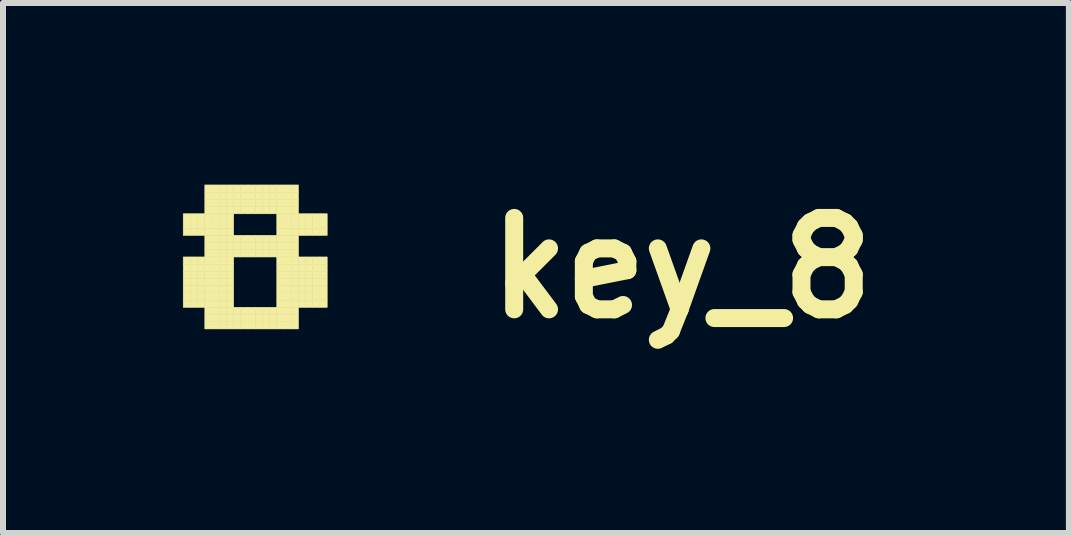
<source format=kicad_pcb>
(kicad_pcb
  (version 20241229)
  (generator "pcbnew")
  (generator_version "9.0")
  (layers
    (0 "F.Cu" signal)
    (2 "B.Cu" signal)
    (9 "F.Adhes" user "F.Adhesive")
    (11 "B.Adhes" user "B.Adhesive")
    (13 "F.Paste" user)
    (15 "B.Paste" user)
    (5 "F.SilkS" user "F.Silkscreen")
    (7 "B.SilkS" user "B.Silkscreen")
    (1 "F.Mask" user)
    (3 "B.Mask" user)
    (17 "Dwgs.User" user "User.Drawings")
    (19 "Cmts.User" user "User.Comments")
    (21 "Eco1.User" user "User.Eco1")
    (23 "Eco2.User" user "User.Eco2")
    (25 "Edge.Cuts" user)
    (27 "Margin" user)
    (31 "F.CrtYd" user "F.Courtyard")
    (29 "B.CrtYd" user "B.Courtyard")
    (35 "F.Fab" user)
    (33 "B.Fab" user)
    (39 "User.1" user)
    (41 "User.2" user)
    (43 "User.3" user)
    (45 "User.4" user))
  (footprint "key_8"
    (layer "F.Cu")
    (at 1.205 1.418)
    (property "Reference" "key_8" (at 7.112 0 0) (layer "F.SilkS") (effects (font (size 1.524 1.524) (thickness 0.3))))
    (attr through_hole)
    (fp_poly (pts (xy -1.2 -0.904) (xy -1.08 -0.904) (xy -1.08 -0.784) (xy -1.2 -0.784) (xy -1.2 -0.904)) (stroke (width 0.01) (type solid)) (fill yes) (layer "F.SilkS"))
    (fp_poly (pts (xy -1.2 -0.784) (xy -1.08 -0.784) (xy -1.08 -0.664) (xy -1.2 -0.664) (xy -1.2 -0.784)) (stroke (width 0.01) (type solid)) (fill yes) (layer "F.SilkS"))
    (fp_poly (pts (xy -1.2 -0.664) (xy -1.08 -0.664) (xy -1.08 -0.544) (xy -1.2 -0.544) (xy -1.2 -0.664)) (stroke (width 0.01) (type solid)) (fill yes) (layer "F.SilkS"))
    (fp_poly (pts (xy -1.2 -0.184) (xy -1.08 -0.184) (xy -1.08 -0.064) (xy -1.2 -0.064) (xy -1.2 -0.184)) (stroke (width 0.01) (type solid)) (fill yes) (layer "F.SilkS"))
    (fp_poly (pts (xy -1.2 -0.064) (xy -1.08 -0.064) (xy -1.08 0.056) (xy -1.2 0.056) (xy -1.2 -0.064)) (stroke (width 0.01) (type solid)) (fill yes) (layer "F.SilkS"))
    (fp_poly (pts (xy -1.2 0.056) (xy -1.08 0.056) (xy -1.08 0.176) (xy -1.2 0.176) (xy -1.2 0.056)) (stroke (width 0.01) (type solid)) (fill yes) (layer "F.SilkS"))
    (fp_poly (pts (xy -1.2 0.176) (xy -1.08 0.176) (xy -1.08 0.296) (xy -1.2 0.296) (xy -1.2 0.176)) (stroke (width 0.01) (type solid)) (fill yes) (layer "F.SilkS"))
    (fp_poly (pts (xy -1.2 0.296) (xy -1.08 0.296) (xy -1.08 0.416) (xy -1.2 0.416) (xy -1.2 0.296)) (stroke (width 0.01) (type solid)) (fill yes) (layer "F.SilkS"))
    (fp_poly (pts (xy -1.2 0.416) (xy -1.08 0.416) (xy -1.08 0.536) (xy -1.2 0.536) (xy -1.2 0.416)) (stroke (width 0.01) (type solid)) (fill yes) (layer "F.SilkS"))
    (fp_poly (pts (xy -1.2 0.536) (xy -1.08 0.536) (xy -1.08 0.656) (xy -1.2 0.656) (xy -1.2 0.536)) (stroke (width 0.01) (type solid)) (fill yes) (layer "F.SilkS"))
    (fp_poly (pts (xy -1.08 -0.904) (xy -0.96 -0.904) (xy -0.96 -0.784) (xy -1.08 -0.784) (xy -1.08 -0.904)) (stroke (width 0.01) (type solid)) (fill yes) (layer "F.SilkS"))
    (fp_poly (pts (xy -1.08 -0.784) (xy -0.96 -0.784) (xy -0.96 -0.664) (xy -1.08 -0.664) (xy -1.08 -0.784)) (stroke (width 0.01) (type solid)) (fill yes) (layer "F.SilkS"))
    (fp_poly (pts (xy -1.08 -0.664) (xy -0.96 -0.664) (xy -0.96 -0.544) (xy -1.08 -0.544) (xy -1.08 -0.664)) (stroke (width 0.01) (type solid)) (fill yes) (layer "F.SilkS"))
    (fp_poly (pts (xy -1.08 -0.184) (xy -0.96 -0.184) (xy -0.96 -0.064) (xy -1.08 -0.064) (xy -1.08 -0.184)) (stroke (width 0.01) (type solid)) (fill yes) (layer "F.SilkS"))
    (fp_poly (pts (xy -1.08 -0.064) (xy -0.96 -0.064) (xy -0.96 0.056) (xy -1.08 0.056) (xy -1.08 -0.064)) (stroke (width 0.01) (type solid)) (fill yes) (layer "F.SilkS"))
    (fp_poly (pts (xy -1.08 0.056) (xy -0.96 0.056) (xy -0.96 0.176) (xy -1.08 0.176) (xy -1.08 0.056)) (stroke (width 0.01) (type solid)) (fill yes) (layer "F.SilkS"))
    (fp_poly (pts (xy -1.08 0.176) (xy -0.96 0.176) (xy -0.96 0.296) (xy -1.08 0.296) (xy -1.08 0.176)) (stroke (width 0.01) (type solid)) (fill yes) (layer "F.SilkS"))
    (fp_poly (pts (xy -1.08 0.296) (xy -0.96 0.296) (xy -0.96 0.416) (xy -1.08 0.416) (xy -1.08 0.296)) (stroke (width 0.01) (type solid)) (fill yes) (layer "F.SilkS"))
    (fp_poly (pts (xy -1.08 0.416) (xy -0.96 0.416) (xy -0.96 0.536) (xy -1.08 0.536) (xy -1.08 0.416)) (stroke (width 0.01) (type solid)) (fill yes) (layer "F.SilkS"))
    (fp_poly (pts (xy -1.08 0.536) (xy -0.96 0.536) (xy -0.96 0.656) (xy -1.08 0.656) (xy -1.08 0.536)) (stroke (width 0.01) (type solid)) (fill yes) (layer "F.SilkS"))
    (fp_poly (pts (xy -0.96 -0.904) (xy -0.84 -0.904) (xy -0.84 -0.784) (xy -0.96 -0.784) (xy -0.96 -0.904)) (stroke (width 0.01) (type solid)) (fill yes) (layer "F.SilkS"))
    (fp_poly (pts (xy -0.96 -0.784) (xy -0.84 -0.784) (xy -0.84 -0.664) (xy -0.96 -0.664) (xy -0.96 -0.784)) (stroke (width 0.01) (type solid)) (fill yes) (layer "F.SilkS"))
    (fp_poly (pts (xy -0.96 -0.664) (xy -0.84 -0.664) (xy -0.84 -0.544) (xy -0.96 -0.544) (xy -0.96 -0.664)) (stroke (width 0.01) (type solid)) (fill yes) (layer "F.SilkS"))
    (fp_poly (pts (xy -0.96 -0.184) (xy -0.84 -0.184) (xy -0.84 -0.064) (xy -0.96 -0.064) (xy -0.96 -0.184)) (stroke (width 0.01) (type solid)) (fill yes) (layer "F.SilkS"))
    (fp_poly (pts (xy -0.96 -0.064) (xy -0.84 -0.064) (xy -0.84 0.056) (xy -0.96 0.056) (xy -0.96 -0.064)) (stroke (width 0.01) (type solid)) (fill yes) (layer "F.SilkS"))
    (fp_poly (pts (xy -0.96 0.056) (xy -0.84 0.056) (xy -0.84 0.176) (xy -0.96 0.176) (xy -0.96 0.056)) (stroke (width 0.01) (type solid)) (fill yes) (layer "F.SilkS"))
    (fp_poly (pts (xy -0.96 0.176) (xy -0.84 0.176) (xy -0.84 0.296) (xy -0.96 0.296) (xy -0.96 0.176)) (stroke (width 0.01) (type solid)) (fill yes) (layer "F.SilkS"))
    (fp_poly (pts (xy -0.96 0.296) (xy -0.84 0.296) (xy -0.84 0.416) (xy -0.96 0.416) (xy -0.96 0.296)) (stroke (width 0.01) (type solid)) (fill yes) (layer "F.SilkS"))
    (fp_poly (pts (xy -0.96 0.416) (xy -0.84 0.416) (xy -0.84 0.536) (xy -0.96 0.536) (xy -0.96 0.416)) (stroke (width 0.01) (type solid)) (fill yes) (layer "F.SilkS"))
    (fp_poly (pts (xy -0.96 0.536) (xy -0.84 0.536) (xy -0.84 0.656) (xy -0.96 0.656) (xy -0.96 0.536)) (stroke (width 0.01) (type solid)) (fill yes) (layer "F.SilkS"))
    (fp_poly (pts (xy -0.84 -1.384) (xy -0.72 -1.384) (xy -0.72 -1.264) (xy -0.84 -1.264) (xy -0.84 -1.384)) (stroke (width 0.01) (type solid)) (fill yes) (layer "F.SilkS"))
    (fp_poly (pts (xy -0.84 -1.264) (xy -0.72 -1.264) (xy -0.72 -1.144) (xy -0.84 -1.144) (xy -0.84 -1.264)) (stroke (width 0.01) (type solid)) (fill yes) (layer "F.SilkS"))
    (fp_poly (pts (xy -0.84 -1.144) (xy -0.72 -1.144) (xy -0.72 -1.024) (xy -0.84 -1.024) (xy -0.84 -1.144)) (stroke (width 0.01) (type solid)) (fill yes) (layer "F.SilkS"))
    (fp_poly (pts (xy -0.84 -1.024) (xy -0.72 -1.024) (xy -0.72 -0.904) (xy -0.84 -0.904) (xy -0.84 -1.024)) (stroke (width 0.01) (type solid)) (fill yes) (layer "F.SilkS"))
    (fp_poly (pts (xy -0.84 -0.904) (xy -0.72 -0.904) (xy -0.72 -0.784) (xy -0.84 -0.784) (xy -0.84 -0.904)) (stroke (width 0.01) (type solid)) (fill yes) (layer "F.SilkS"))
    (fp_poly (pts (xy -0.84 -0.784) (xy -0.72 -0.784) (xy -0.72 -0.664) (xy -0.84 -0.664) (xy -0.84 -0.784)) (stroke (width 0.01) (type solid)) (fill yes) (layer "F.SilkS"))
    (fp_poly (pts (xy -0.84 -0.664) (xy -0.72 -0.664) (xy -0.72 -0.544) (xy -0.84 -0.544) (xy -0.84 -0.664)) (stroke (width 0.01) (type solid)) (fill yes) (layer "F.SilkS"))
    (fp_poly (pts (xy -0.84 -0.544) (xy -0.72 -0.544) (xy -0.72 -0.424) (xy -0.84 -0.424) (xy -0.84 -0.544)) (stroke (width 0.01) (type solid)) (fill yes) (layer "F.SilkS"))
    (fp_poly (pts (xy -0.84 -0.424) (xy -0.72 -0.424) (xy -0.72 -0.304) (xy -0.84 -0.304) (xy -0.84 -0.424)) (stroke (width 0.01) (type solid)) (fill yes) (layer "F.SilkS"))
    (fp_poly (pts (xy -0.84 -0.304) (xy -0.72 -0.304) (xy -0.72 -0.184) (xy -0.84 -0.184) (xy -0.84 -0.304)) (stroke (width 0.01) (type solid)) (fill yes) (layer "F.SilkS"))
    (fp_poly (pts (xy -0.84 -0.184) (xy -0.72 -0.184) (xy -0.72 -0.064) (xy -0.84 -0.064) (xy -0.84 -0.184)) (stroke (width 0.01) (type solid)) (fill yes) (layer "F.SilkS"))
    (fp_poly (pts (xy -0.84 -0.064) (xy -0.72 -0.064) (xy -0.72 0.056) (xy -0.84 0.056) (xy -0.84 -0.064)) (stroke (width 0.01) (type solid)) (fill yes) (layer "F.SilkS"))
    (fp_poly (pts (xy -0.84 0.056) (xy -0.72 0.056) (xy -0.72 0.176) (xy -0.84 0.176) (xy -0.84 0.056)) (stroke (width 0.01) (type solid)) (fill yes) (layer "F.SilkS"))
    (fp_poly (pts (xy -0.84 0.176) (xy -0.72 0.176) (xy -0.72 0.296) (xy -0.84 0.296) (xy -0.84 0.176)) (stroke (width 0.01) (type solid)) (fill yes) (layer "F.SilkS"))
    (fp_poly (pts (xy -0.84 0.296) (xy -0.72 0.296) (xy -0.72 0.416) (xy -0.84 0.416) (xy -0.84 0.296)) (stroke (width 0.01) (type solid)) (fill yes) (layer "F.SilkS"))
    (fp_poly (pts (xy -0.84 0.416) (xy -0.72 0.416) (xy -0.72 0.536) (xy -0.84 0.536) (xy -0.84 0.416)) (stroke (width 0.01) (type solid)) (fill yes) (layer "F.SilkS"))
    (fp_poly (pts (xy -0.84 0.536) (xy -0.72 0.536) (xy -0.72 0.656) (xy -0.84 0.656) (xy -0.84 0.536)) (stroke (width 0.01) (type solid)) (fill yes) (layer "F.SilkS"))
    (fp_poly (pts (xy -0.84 0.656) (xy -0.72 0.656) (xy -0.72 0.776) (xy -0.84 0.776) (xy -0.84 0.656)) (stroke (width 0.01) (type solid)) (fill yes) (layer "F.SilkS"))
    (fp_poly (pts (xy -0.84 0.776) (xy -0.72 0.776) (xy -0.72 0.896) (xy -0.84 0.896) (xy -0.84 0.776)) (stroke (width 0.01) (type solid)) (fill yes) (layer "F.SilkS"))
    (fp_poly (pts (xy -0.84 0.896) (xy -0.72 0.896) (xy -0.72 1.016) (xy -0.84 1.016) (xy -0.84 0.896)) (stroke (width 0.01) (type solid)) (fill yes) (layer "F.SilkS"))
    (fp_poly (pts (xy -0.72 -1.384) (xy -0.6 -1.384) (xy -0.6 -1.264) (xy -0.72 -1.264) (xy -0.72 -1.384)) (stroke (width 0.01) (type solid)) (fill yes) (layer "F.SilkS"))
    (fp_poly (pts (xy -0.72 -1.264) (xy -0.6 -1.264) (xy -0.6 -1.144) (xy -0.72 -1.144) (xy -0.72 -1.264)) (stroke (width 0.01) (type solid)) (fill yes) (layer "F.SilkS"))
    (fp_poly (pts (xy -0.72 -1.144) (xy -0.6 -1.144) (xy -0.6 -1.024) (xy -0.72 -1.024) (xy -0.72 -1.144)) (stroke (width 0.01) (type solid)) (fill yes) (layer "F.SilkS"))
    (fp_poly (pts (xy -0.72 -1.024) (xy -0.6 -1.024) (xy -0.6 -0.904) (xy -0.72 -0.904) (xy -0.72 -1.024)) (stroke (width 0.01) (type solid)) (fill yes) (layer "F.SilkS"))
    (fp_poly (pts (xy -0.72 -0.904) (xy -0.6 -0.904) (xy -0.6 -0.784) (xy -0.72 -0.784) (xy -0.72 -0.904)) (stroke (width 0.01) (type solid)) (fill yes) (layer "F.SilkS"))
    (fp_poly (pts (xy -0.72 -0.784) (xy -0.6 -0.784) (xy -0.6 -0.664) (xy -0.72 -0.664) (xy -0.72 -0.784)) (stroke (width 0.01) (type solid)) (fill yes) (layer "F.SilkS"))
    (fp_poly (pts (xy -0.72 -0.664) (xy -0.6 -0.664) (xy -0.6 -0.544) (xy -0.72 -0.544) (xy -0.72 -0.664)) (stroke (width 0.01) (type solid)) (fill yes) (layer "F.SilkS"))
    (fp_poly (pts (xy -0.72 -0.544) (xy -0.6 -0.544) (xy -0.6 -0.424) (xy -0.72 -0.424) (xy -0.72 -0.544)) (stroke (width 0.01) (type solid)) (fill yes) (layer "F.SilkS"))
    (fp_poly (pts (xy -0.72 -0.424) (xy -0.6 -0.424) (xy -0.6 -0.304) (xy -0.72 -0.304) (xy -0.72 -0.424)) (stroke (width 0.01) (type solid)) (fill yes) (layer "F.SilkS"))
    (fp_poly (pts (xy -0.72 -0.304) (xy -0.6 -0.304) (xy -0.6 -0.184) (xy -0.72 -0.184) (xy -0.72 -0.304)) (stroke (width 0.01) (type solid)) (fill yes) (layer "F.SilkS"))
    (fp_poly (pts (xy -0.72 -0.184) (xy -0.6 -0.184) (xy -0.6 -0.064) (xy -0.72 -0.064) (xy -0.72 -0.184)) (stroke (width 0.01) (type solid)) (fill yes) (layer "F.SilkS"))
    (fp_poly (pts (xy -0.72 -0.064) (xy -0.6 -0.064) (xy -0.6 0.056) (xy -0.72 0.056) (xy -0.72 -0.064)) (stroke (width 0.01) (type solid)) (fill yes) (layer "F.SilkS"))
    (fp_poly (pts (xy -0.72 0.056) (xy -0.6 0.056) (xy -0.6 0.176) (xy -0.72 0.176) (xy -0.72 0.056)) (stroke (width 0.01) (type solid)) (fill yes) (layer "F.SilkS"))
    (fp_poly (pts (xy -0.72 0.176) (xy -0.6 0.176) (xy -0.6 0.296) (xy -0.72 0.296) (xy -0.72 0.176)) (stroke (width 0.01) (type solid)) (fill yes) (layer "F.SilkS"))
    (fp_poly (pts (xy -0.72 0.296) (xy -0.6 0.296) (xy -0.6 0.416) (xy -0.72 0.416) (xy -0.72 0.296)) (stroke (width 0.01) (type solid)) (fill yes) (layer "F.SilkS"))
    (fp_poly (pts (xy -0.72 0.416) (xy -0.6 0.416) (xy -0.6 0.536) (xy -0.72 0.536) (xy -0.72 0.416)) (stroke (width 0.01) (type solid)) (fill yes) (layer "F.SilkS"))
    (fp_poly (pts (xy -0.72 0.536) (xy -0.6 0.536) (xy -0.6 0.656) (xy -0.72 0.656) (xy -0.72 0.536)) (stroke (width 0.01) (type solid)) (fill yes) (layer "F.SilkS"))
    (fp_poly (pts (xy -0.72 0.656) (xy -0.6 0.656) (xy -0.6 0.776) (xy -0.72 0.776) (xy -0.72 0.656)) (stroke (width 0.01) (type solid)) (fill yes) (layer "F.SilkS"))
    (fp_poly (pts (xy -0.72 0.776) (xy -0.6 0.776) (xy -0.6 0.896) (xy -0.72 0.896) (xy -0.72 0.776)) (stroke (width 0.01) (type solid)) (fill yes) (layer "F.SilkS"))
    (fp_poly (pts (xy -0.72 0.896) (xy -0.6 0.896) (xy -0.6 1.016) (xy -0.72 1.016) (xy -0.72 0.896)) (stroke (width 0.01) (type solid)) (fill yes) (layer "F.SilkS"))
    (fp_poly (pts (xy -0.6 -1.384) (xy -0.48 -1.384) (xy -0.48 -1.264) (xy -0.6 -1.264) (xy -0.6 -1.384)) (stroke (width 0.01) (type solid)) (fill yes) (layer "F.SilkS"))
    (fp_poly (pts (xy -0.6 -1.264) (xy -0.48 -1.264) (xy -0.48 -1.144) (xy -0.6 -1.144) (xy -0.6 -1.264)) (stroke (width 0.01) (type solid)) (fill yes) (layer "F.SilkS"))
    (fp_poly (pts (xy -0.6 -1.144) (xy -0.48 -1.144) (xy -0.48 -1.024) (xy -0.6 -1.024) (xy -0.6 -1.144)) (stroke (width 0.01) (type solid)) (fill yes) (layer "F.SilkS"))
    (fp_poly (pts (xy -0.6 -1.024) (xy -0.48 -1.024) (xy -0.48 -0.904) (xy -0.6 -0.904) (xy -0.6 -1.024)) (stroke (width 0.01) (type solid)) (fill yes) (layer "F.SilkS"))
    (fp_poly (pts (xy -0.6 -0.904) (xy -0.48 -0.904) (xy -0.48 -0.784) (xy -0.6 -0.784) (xy -0.6 -0.904)) (stroke (width 0.01) (type solid)) (fill yes) (layer "F.SilkS"))
    (fp_poly (pts (xy -0.6 -0.784) (xy -0.48 -0.784) (xy -0.48 -0.664) (xy -0.6 -0.664) (xy -0.6 -0.784)) (stroke (width 0.01) (type solid)) (fill yes) (layer "F.SilkS"))
    (fp_poly (pts (xy -0.6 -0.664) (xy -0.48 -0.664) (xy -0.48 -0.544) (xy -0.6 -0.544) (xy -0.6 -0.664)) (stroke (width 0.01) (type solid)) (fill yes) (layer "F.SilkS"))
    (fp_poly (pts (xy -0.6 -0.544) (xy -0.48 -0.544) (xy -0.48 -0.424) (xy -0.6 -0.424) (xy -0.6 -0.544)) (stroke (width 0.01) (type solid)) (fill yes) (layer "F.SilkS"))
    (fp_poly (pts (xy -0.6 -0.424) (xy -0.48 -0.424) (xy -0.48 -0.304) (xy -0.6 -0.304) (xy -0.6 -0.424)) (stroke (width 0.01) (type solid)) (fill yes) (layer "F.SilkS"))
    (fp_poly (pts (xy -0.6 -0.304) (xy -0.48 -0.304) (xy -0.48 -0.184) (xy -0.6 -0.184) (xy -0.6 -0.304)) (stroke (width 0.01) (type solid)) (fill yes) (layer "F.SilkS"))
    (fp_poly (pts (xy -0.6 -0.184) (xy -0.48 -0.184) (xy -0.48 -0.064) (xy -0.6 -0.064) (xy -0.6 -0.184)) (stroke (width 0.01) (type solid)) (fill yes) (layer "F.SilkS"))
    (fp_poly (pts (xy -0.6 -0.064) (xy -0.48 -0.064) (xy -0.48 0.056) (xy -0.6 0.056) (xy -0.6 -0.064)) (stroke (width 0.01) (type solid)) (fill yes) (layer "F.SilkS"))
    (fp_poly (pts (xy -0.6 0.056) (xy -0.48 0.056) (xy -0.48 0.176) (xy -0.6 0.176) (xy -0.6 0.056)) (stroke (width 0.01) (type solid)) (fill yes) (layer "F.SilkS"))
    (fp_poly (pts (xy -0.6 0.176) (xy -0.48 0.176) (xy -0.48 0.296) (xy -0.6 0.296) (xy -0.6 0.176)) (stroke (width 0.01) (type solid)) (fill yes) (layer "F.SilkS"))
    (fp_poly (pts (xy -0.6 0.296) (xy -0.48 0.296) (xy -0.48 0.416) (xy -0.6 0.416) (xy -0.6 0.296)) (stroke (width 0.01) (type solid)) (fill yes) (layer "F.SilkS"))
    (fp_poly (pts (xy -0.6 0.416) (xy -0.48 0.416) (xy -0.48 0.536) (xy -0.6 0.536) (xy -0.6 0.416)) (stroke (width 0.01) (type solid)) (fill yes) (layer "F.SilkS"))
    (fp_poly (pts (xy -0.6 0.536) (xy -0.48 0.536) (xy -0.48 0.656) (xy -0.6 0.656) (xy -0.6 0.536)) (stroke (width 0.01) (type solid)) (fill yes) (layer "F.SilkS"))
    (fp_poly (pts (xy -0.6 0.656) (xy -0.48 0.656) (xy -0.48 0.776) (xy -0.6 0.776) (xy -0.6 0.656)) (stroke (width 0.01) (type solid)) (fill yes) (layer "F.SilkS"))
    (fp_poly (pts (xy -0.6 0.776) (xy -0.48 0.776) (xy -0.48 0.896) (xy -0.6 0.896) (xy -0.6 0.776)) (stroke (width 0.01) (type solid)) (fill yes) (layer "F.SilkS"))
    (fp_poly (pts (xy -0.6 0.896) (xy -0.48 0.896) (xy -0.48 1.016) (xy -0.6 1.016) (xy -0.6 0.896)) (stroke (width 0.01) (type solid)) (fill yes) (layer "F.SilkS"))
    (fp_poly (pts (xy -0.48 -1.384) (xy -0.36 -1.384) (xy -0.36 -1.264) (xy -0.48 -1.264) (xy -0.48 -1.384)) (stroke (width 0.01) (type solid)) (fill yes) (layer "F.SilkS"))
    (fp_poly (pts (xy -0.48 -1.264) (xy -0.36 -1.264) (xy -0.36 -1.144) (xy -0.48 -1.144) (xy -0.48 -1.264)) (stroke (width 0.01) (type solid)) (fill yes) (layer "F.SilkS"))
    (fp_poly (pts (xy -0.48 -1.144) (xy -0.36 -1.144) (xy -0.36 -1.024) (xy -0.48 -1.024) (xy -0.48 -1.144)) (stroke (width 0.01) (type solid)) (fill yes) (layer "F.SilkS"))
    (fp_poly (pts (xy -0.48 -1.024) (xy -0.36 -1.024) (xy -0.36 -0.904) (xy -0.48 -0.904) (xy -0.48 -1.024)) (stroke (width 0.01) (type solid)) (fill yes) (layer "F.SilkS"))
    (fp_poly (pts (xy -0.48 -0.904) (xy -0.36 -0.904) (xy -0.36 -0.784) (xy -0.48 -0.784) (xy -0.48 -0.904)) (stroke (width 0.01) (type solid)) (fill yes) (layer "F.SilkS"))
    (fp_poly (pts (xy -0.48 -0.784) (xy -0.36 -0.784) (xy -0.36 -0.664) (xy -0.48 -0.664) (xy -0.48 -0.784)) (stroke (width 0.01) (type solid)) (fill yes) (layer "F.SilkS"))
    (fp_poly (pts (xy -0.48 -0.664) (xy -0.36 -0.664) (xy -0.36 -0.544) (xy -0.48 -0.544) (xy -0.48 -0.664)) (stroke (width 0.01) (type solid)) (fill yes) (layer "F.SilkS"))
    (fp_poly (pts (xy -0.48 -0.544) (xy -0.36 -0.544) (xy -0.36 -0.424) (xy -0.48 -0.424) (xy -0.48 -0.544)) (stroke (width 0.01) (type solid)) (fill yes) (layer "F.SilkS"))
    (fp_poly (pts (xy -0.48 -0.424) (xy -0.36 -0.424) (xy -0.36 -0.304) (xy -0.48 -0.304) (xy -0.48 -0.424)) (stroke (width 0.01) (type solid)) (fill yes) (layer "F.SilkS"))
    (fp_poly (pts (xy -0.48 -0.304) (xy -0.36 -0.304) (xy -0.36 -0.184) (xy -0.48 -0.184) (xy -0.48 -0.304)) (stroke (width 0.01) (type solid)) (fill yes) (layer "F.SilkS"))
    (fp_poly (pts (xy -0.48 -0.184) (xy -0.36 -0.184) (xy -0.36 -0.064) (xy -0.48 -0.064) (xy -0.48 -0.184)) (stroke (width 0.01) (type solid)) (fill yes) (layer "F.SilkS"))
    (fp_poly (pts (xy -0.48 -0.064) (xy -0.36 -0.064) (xy -0.36 0.056) (xy -0.48 0.056) (xy -0.48 -0.064)) (stroke (width 0.01) (type solid)) (fill yes) (layer "F.SilkS"))
    (fp_poly (pts (xy -0.48 0.056) (xy -0.36 0.056) (xy -0.36 0.176) (xy -0.48 0.176) (xy -0.48 0.056)) (stroke (width 0.01) (type solid)) (fill yes) (layer "F.SilkS"))
    (fp_poly (pts (xy -0.48 0.176) (xy -0.36 0.176) (xy -0.36 0.296) (xy -0.48 0.296) (xy -0.48 0.176)) (stroke (width 0.01) (type solid)) (fill yes) (layer "F.SilkS"))
    (fp_poly (pts (xy -0.48 0.296) (xy -0.36 0.296) (xy -0.36 0.416) (xy -0.48 0.416) (xy -0.48 0.296)) (stroke (width 0.01) (type solid)) (fill yes) (layer "F.SilkS"))
    (fp_poly (pts (xy -0.48 0.416) (xy -0.36 0.416) (xy -0.36 0.536) (xy -0.48 0.536) (xy -0.48 0.416)) (stroke (width 0.01) (type solid)) (fill yes) (layer "F.SilkS"))
    (fp_poly (pts (xy -0.48 0.536) (xy -0.36 0.536) (xy -0.36 0.656) (xy -0.48 0.656) (xy -0.48 0.536)) (stroke (width 0.01) (type solid)) (fill yes) (layer "F.SilkS"))
    (fp_poly (pts (xy -0.48 0.656) (xy -0.36 0.656) (xy -0.36 0.776) (xy -0.48 0.776) (xy -0.48 0.656)) (stroke (width 0.01) (type solid)) (fill yes) (layer "F.SilkS"))
    (fp_poly (pts (xy -0.48 0.776) (xy -0.36 0.776) (xy -0.36 0.896) (xy -0.48 0.896) (xy -0.48 0.776)) (stroke (width 0.01) (type solid)) (fill yes) (layer "F.SilkS"))
    (fp_poly (pts (xy -0.48 0.896) (xy -0.36 0.896) (xy -0.36 1.016) (xy -0.48 1.016) (xy -0.48 0.896)) (stroke (width 0.01) (type solid)) (fill yes) (layer "F.SilkS"))
    (fp_poly (pts (xy -0.36 -1.384) (xy -0.24 -1.384) (xy -0.24 -1.264) (xy -0.36 -1.264) (xy -0.36 -1.384)) (stroke (width 0.01) (type solid)) (fill yes) (layer "F.SilkS"))
    (fp_poly (pts (xy -0.36 -1.264) (xy -0.24 -1.264) (xy -0.24 -1.144) (xy -0.36 -1.144) (xy -0.36 -1.264)) (stroke (width 0.01) (type solid)) (fill yes) (layer "F.SilkS"))
    (fp_poly (pts (xy -0.36 -1.144) (xy -0.24 -1.144) (xy -0.24 -1.024) (xy -0.36 -1.024) (xy -0.36 -1.144)) (stroke (width 0.01) (type solid)) (fill yes) (layer "F.SilkS"))
    (fp_poly (pts (xy -0.36 -1.024) (xy -0.24 -1.024) (xy -0.24 -0.904) (xy -0.36 -0.904) (xy -0.36 -1.024)) (stroke (width 0.01) (type solid)) (fill yes) (layer "F.SilkS"))
    (fp_poly (pts (xy -0.36 -0.544) (xy -0.24 -0.544) (xy -0.24 -0.424) (xy -0.36 -0.424) (xy -0.36 -0.544)) (stroke (width 0.01) (type solid)) (fill yes) (layer "F.SilkS"))
    (fp_poly (pts (xy -0.36 -0.424) (xy -0.24 -0.424) (xy -0.24 -0.304) (xy -0.36 -0.304) (xy -0.36 -0.424)) (stroke (width 0.01) (type solid)) (fill yes) (layer "F.SilkS"))
    (fp_poly (pts (xy -0.36 -0.304) (xy -0.24 -0.304) (xy -0.24 -0.184) (xy -0.36 -0.184) (xy -0.36 -0.304)) (stroke (width 0.01) (type solid)) (fill yes) (layer "F.SilkS"))
    (fp_poly (pts (xy -0.36 0.656) (xy -0.24 0.656) (xy -0.24 0.776) (xy -0.36 0.776) (xy -0.36 0.656)) (stroke (width 0.01) (type solid)) (fill yes) (layer "F.SilkS"))
    (fp_poly (pts (xy -0.36 0.776) (xy -0.24 0.776) (xy -0.24 0.896) (xy -0.36 0.896) (xy -0.36 0.776)) (stroke (width 0.01) (type solid)) (fill yes) (layer "F.SilkS"))
    (fp_poly (pts (xy -0.36 0.896) (xy -0.24 0.896) (xy -0.24 1.016) (xy -0.36 1.016) (xy -0.36 0.896)) (stroke (width 0.01) (type solid)) (fill yes) (layer "F.SilkS"))
    (fp_poly (pts (xy -0.24 -1.384) (xy -0.12 -1.384) (xy -0.12 -1.264) (xy -0.24 -1.264) (xy -0.24 -1.384)) (stroke (width 0.01) (type solid)) (fill yes) (layer "F.SilkS"))
    (fp_poly (pts (xy -0.24 -1.264) (xy -0.12 -1.264) (xy -0.12 -1.144) (xy -0.24 -1.144) (xy -0.24 -1.264)) (stroke (width 0.01) (type solid)) (fill yes) (layer "F.SilkS"))
    (fp_poly (pts (xy -0.24 -1.144) (xy -0.12 -1.144) (xy -0.12 -1.024) (xy -0.24 -1.024) (xy -0.24 -1.144)) (stroke (width 0.01) (type solid)) (fill yes) (layer "F.SilkS"))
    (fp_poly (pts (xy -0.24 -1.024) (xy -0.12 -1.024) (xy -0.12 -0.904) (xy -0.24 -0.904) (xy -0.24 -1.024)) (stroke (width 0.01) (type solid)) (fill yes) (layer "F.SilkS"))
    (fp_poly (pts (xy -0.24 -0.544) (xy -0.12 -0.544) (xy -0.12 -0.424) (xy -0.24 -0.424) (xy -0.24 -0.544)) (stroke (width 0.01) (type solid)) (fill yes) (layer "F.SilkS"))
    (fp_poly (pts (xy -0.24 -0.424) (xy -0.12 -0.424) (xy -0.12 -0.304) (xy -0.24 -0.304) (xy -0.24 -0.424)) (stroke (width 0.01) (type solid)) (fill yes) (layer "F.SilkS"))
    (fp_poly (pts (xy -0.24 -0.304) (xy -0.12 -0.304) (xy -0.12 -0.184) (xy -0.24 -0.184) (xy -0.24 -0.304)) (stroke (width 0.01) (type solid)) (fill yes) (layer "F.SilkS"))
    (fp_poly (pts (xy -0.24 0.656) (xy -0.12 0.656) (xy -0.12 0.776) (xy -0.24 0.776) (xy -0.24 0.656)) (stroke (width 0.01) (type solid)) (fill yes) (layer "F.SilkS"))
    (fp_poly (pts (xy -0.24 0.776) (xy -0.12 0.776) (xy -0.12 0.896) (xy -0.24 0.896) (xy -0.24 0.776)) (stroke (width 0.01) (type solid)) (fill yes) (layer "F.SilkS"))
    (fp_poly (pts (xy -0.24 0.896) (xy -0.12 0.896) (xy -0.12 1.016) (xy -0.24 1.016) (xy -0.24 0.896)) (stroke (width 0.01) (type solid)) (fill yes) (layer "F.SilkS"))
    (fp_poly (pts (xy -0.12 -1.384) (xy 0 -1.384) (xy 0 -1.264) (xy -0.12 -1.264) (xy -0.12 -1.384)) (stroke (width 0.01) (type solid)) (fill yes) (layer "F.SilkS"))
    (fp_poly (pts (xy -0.12 -1.264) (xy 0 -1.264) (xy 0 -1.144) (xy -0.12 -1.144) (xy -0.12 -1.264)) (stroke (width 0.01) (type solid)) (fill yes) (layer "F.SilkS"))
    (fp_poly (pts (xy -0.12 -1.144) (xy 0 -1.144) (xy 0 -1.024) (xy -0.12 -1.024) (xy -0.12 -1.144)) (stroke (width 0.01) (type solid)) (fill yes) (layer "F.SilkS"))
    (fp_poly (pts (xy -0.12 -1.024) (xy 0 -1.024) (xy 0 -0.904) (xy -0.12 -0.904) (xy -0.12 -1.024)) (stroke (width 0.01) (type solid)) (fill yes) (layer "F.SilkS"))
    (fp_poly (pts (xy -0.12 -0.544) (xy 0 -0.544) (xy 0 -0.424) (xy -0.12 -0.424) (xy -0.12 -0.544)) (stroke (width 0.01) (type solid)) (fill yes) (layer "F.SilkS"))
    (fp_poly (pts (xy -0.12 -0.424) (xy 0 -0.424) (xy 0 -0.304) (xy -0.12 -0.304) (xy -0.12 -0.424)) (stroke (width 0.01) (type solid)) (fill yes) (layer "F.SilkS"))
    (fp_poly (pts (xy -0.12 -0.304) (xy 0 -0.304) (xy 0 -0.184) (xy -0.12 -0.184) (xy -0.12 -0.304)) (stroke (width 0.01) (type solid)) (fill yes) (layer "F.SilkS"))
    (fp_poly (pts (xy -0.12 0.656) (xy 0 0.656) (xy 0 0.776) (xy -0.12 0.776) (xy -0.12 0.656)) (stroke (width 0.01) (type solid)) (fill yes) (layer "F.SilkS"))
    (fp_poly (pts (xy -0.12 0.776) (xy 0 0.776) (xy 0 0.896) (xy -0.12 0.896) (xy -0.12 0.776)) (stroke (width 0.01) (type solid)) (fill yes) (layer "F.SilkS"))
    (fp_poly (pts (xy -0.12 0.896) (xy 0 0.896) (xy 0 1.016) (xy -0.12 1.016) (xy -0.12 0.896)) (stroke (width 0.01) (type solid)) (fill yes) (layer "F.SilkS"))
    (fp_poly (pts (xy 0 -1.384) (xy 0.12 -1.384) (xy 0.12 -1.264) (xy 0 -1.264) (xy 0 -1.384)) (stroke (width 0.01) (type solid)) (fill yes) (layer "F.SilkS"))
    (fp_poly (pts (xy 0 -1.264) (xy 0.12 -1.264) (xy 0.12 -1.144) (xy 0 -1.144) (xy 0 -1.264)) (stroke (width 0.01) (type solid)) (fill yes) (layer "F.SilkS"))
    (fp_poly (pts (xy 0 -1.144) (xy 0.12 -1.144) (xy 0.12 -1.024) (xy 0 -1.024) (xy 0 -1.144)) (stroke (width 0.01) (type solid)) (fill yes) (layer "F.SilkS"))
    (fp_poly (pts (xy 0 -1.024) (xy 0.12 -1.024) (xy 0.12 -0.904) (xy 0 -0.904) (xy 0 -1.024)) (stroke (width 0.01) (type solid)) (fill yes) (layer "F.SilkS"))
    (fp_poly (pts (xy 0 -0.544) (xy 0.12 -0.544) (xy 0.12 -0.424) (xy 0 -0.424) (xy 0 -0.544)) (stroke (width 0.01) (type solid)) (fill yes) (layer "F.SilkS"))
    (fp_poly (pts (xy 0 -0.424) (xy 0.12 -0.424) (xy 0.12 -0.304) (xy 0 -0.304) (xy 0 -0.424)) (stroke (width 0.01) (type solid)) (fill yes) (layer "F.SilkS"))
    (fp_poly (pts (xy 0 -0.304) (xy 0.12 -0.304) (xy 0.12 -0.184) (xy 0 -0.184) (xy 0 -0.304)) (stroke (width 0.01) (type solid)) (fill yes) (layer "F.SilkS"))
    (fp_poly (pts (xy 0 0.656) (xy 0.12 0.656) (xy 0.12 0.776) (xy 0 0.776) (xy 0 0.656)) (stroke (width 0.01) (type solid)) (fill yes) (layer "F.SilkS"))
    (fp_poly (pts (xy 0 0.776) (xy 0.12 0.776) (xy 0.12 0.896) (xy 0 0.896) (xy 0 0.776)) (stroke (width 0.01) (type solid)) (fill yes) (layer "F.SilkS"))
    (fp_poly (pts (xy 0 0.896) (xy 0.12 0.896) (xy 0.12 1.016) (xy 0 1.016) (xy 0 0.896)) (stroke (width 0.01) (type solid)) (fill yes) (layer "F.SilkS"))
    (fp_poly (pts (xy 0.12 -1.384) (xy 0.24 -1.384) (xy 0.24 -1.264) (xy 0.12 -1.264) (xy 0.12 -1.384)) (stroke (width 0.01) (type solid)) (fill yes) (layer "F.SilkS"))
    (fp_poly (pts (xy 0.12 -1.264) (xy 0.24 -1.264) (xy 0.24 -1.144) (xy 0.12 -1.144) (xy 0.12 -1.264)) (stroke (width 0.01) (type solid)) (fill yes) (layer "F.SilkS"))
    (fp_poly (pts (xy 0.12 -1.144) (xy 0.24 -1.144) (xy 0.24 -1.024) (xy 0.12 -1.024) (xy 0.12 -1.144)) (stroke (width 0.01) (type solid)) (fill yes) (layer "F.SilkS"))
    (fp_poly (pts (xy 0.12 -1.024) (xy 0.24 -1.024) (xy 0.24 -0.904) (xy 0.12 -0.904) (xy 0.12 -1.024)) (stroke (width 0.01) (type solid)) (fill yes) (layer "F.SilkS"))
    (fp_poly (pts (xy 0.12 -0.544) (xy 0.24 -0.544) (xy 0.24 -0.424) (xy 0.12 -0.424) (xy 0.12 -0.544)) (stroke (width 0.01) (type solid)) (fill yes) (layer "F.SilkS"))
    (fp_poly (pts (xy 0.12 -0.424) (xy 0.24 -0.424) (xy 0.24 -0.304) (xy 0.12 -0.304) (xy 0.12 -0.424)) (stroke (width 0.01) (type solid)) (fill yes) (layer "F.SilkS"))
    (fp_poly (pts (xy 0.12 -0.304) (xy 0.24 -0.304) (xy 0.24 -0.184) (xy 0.12 -0.184) (xy 0.12 -0.304)) (stroke (width 0.01) (type solid)) (fill yes) (layer "F.SilkS"))
    (fp_poly (pts (xy 0.12 0.656) (xy 0.24 0.656) (xy 0.24 0.776) (xy 0.12 0.776) (xy 0.12 0.656)) (stroke (width 0.01) (type solid)) (fill yes) (layer "F.SilkS"))
    (fp_poly (pts (xy 0.12 0.776) (xy 0.24 0.776) (xy 0.24 0.896) (xy 0.12 0.896) (xy 0.12 0.776)) (stroke (width 0.01) (type solid)) (fill yes) (layer "F.SilkS"))
    (fp_poly (pts (xy 0.12 0.896) (xy 0.24 0.896) (xy 0.24 1.016) (xy 0.12 1.016) (xy 0.12 0.896)) (stroke (width 0.01) (type solid)) (fill yes) (layer "F.SilkS"))
    (fp_poly (pts (xy 0.24 -1.384) (xy 0.36 -1.384) (xy 0.36 -1.264) (xy 0.24 -1.264) (xy 0.24 -1.384)) (stroke (width 0.01) (type solid)) (fill yes) (layer "F.SilkS"))
    (fp_poly (pts (xy 0.24 -1.264) (xy 0.36 -1.264) (xy 0.36 -1.144) (xy 0.24 -1.144) (xy 0.24 -1.264)) (stroke (width 0.01) (type solid)) (fill yes) (layer "F.SilkS"))
    (fp_poly (pts (xy 0.24 -1.144) (xy 0.36 -1.144) (xy 0.36 -1.024) (xy 0.24 -1.024) (xy 0.24 -1.144)) (stroke (width 0.01) (type solid)) (fill yes) (layer "F.SilkS"))
    (fp_poly (pts (xy 0.24 -1.024) (xy 0.36 -1.024) (xy 0.36 -0.904) (xy 0.24 -0.904) (xy 0.24 -1.024)) (stroke (width 0.01) (type solid)) (fill yes) (layer "F.SilkS"))
    (fp_poly (pts (xy 0.24 -0.544) (xy 0.36 -0.544) (xy 0.36 -0.424) (xy 0.24 -0.424) (xy 0.24 -0.544)) (stroke (width 0.01) (type solid)) (fill yes) (layer "F.SilkS"))
    (fp_poly (pts (xy 0.24 -0.424) (xy 0.36 -0.424) (xy 0.36 -0.304) (xy 0.24 -0.304) (xy 0.24 -0.424)) (stroke (width 0.01) (type solid)) (fill yes) (layer "F.SilkS"))
    (fp_poly (pts (xy 0.24 -0.304) (xy 0.36 -0.304) (xy 0.36 -0.184) (xy 0.24 -0.184) (xy 0.24 -0.304)) (stroke (width 0.01) (type solid)) (fill yes) (layer "F.SilkS"))
    (fp_poly (pts (xy 0.24 0.656) (xy 0.36 0.656) (xy 0.36 0.776) (xy 0.24 0.776) (xy 0.24 0.656)) (stroke (width 0.01) (type solid)) (fill yes) (layer "F.SilkS"))
    (fp_poly (pts (xy 0.24 0.776) (xy 0.36 0.776) (xy 0.36 0.896) (xy 0.24 0.896) (xy 0.24 0.776)) (stroke (width 0.01) (type solid)) (fill yes) (layer "F.SilkS"))
    (fp_poly (pts (xy 0.24 0.896) (xy 0.36 0.896) (xy 0.36 1.016) (xy 0.24 1.016) (xy 0.24 0.896)) (stroke (width 0.01) (type solid)) (fill yes) (layer "F.SilkS"))
    (fp_poly (pts (xy 0.36 -1.384) (xy 0.48 -1.384) (xy 0.48 -1.264) (xy 0.36 -1.264) (xy 0.36 -1.384)) (stroke (width 0.01) (type solid)) (fill yes) (layer "F.SilkS"))
    (fp_poly (pts (xy 0.36 -1.264) (xy 0.48 -1.264) (xy 0.48 -1.144) (xy 0.36 -1.144) (xy 0.36 -1.264)) (stroke (width 0.01) (type solid)) (fill yes) (layer "F.SilkS"))
    (fp_poly (pts (xy 0.36 -1.144) (xy 0.48 -1.144) (xy 0.48 -1.024) (xy 0.36 -1.024) (xy 0.36 -1.144)) (stroke (width 0.01) (type solid)) (fill yes) (layer "F.SilkS"))
    (fp_poly (pts (xy 0.36 -1.024) (xy 0.48 -1.024) (xy 0.48 -0.904) (xy 0.36 -0.904) (xy 0.36 -1.024)) (stroke (width 0.01) (type solid)) (fill yes) (layer "F.SilkS"))
    (fp_poly (pts (xy 0.36 -0.904) (xy 0.48 -0.904) (xy 0.48 -0.784) (xy 0.36 -0.784) (xy 0.36 -0.904)) (stroke (width 0.01) (type solid)) (fill yes) (layer "F.SilkS"))
    (fp_poly (pts (xy 0.36 -0.784) (xy 0.48 -0.784) (xy 0.48 -0.664) (xy 0.36 -0.664) (xy 0.36 -0.784)) (stroke (width 0.01) (type solid)) (fill yes) (layer "F.SilkS"))
    (fp_poly (pts (xy 0.36 -0.664) (xy 0.48 -0.664) (xy 0.48 -0.544) (xy 0.36 -0.544) (xy 0.36 -0.664)) (stroke (width 0.01) (type solid)) (fill yes) (layer "F.SilkS"))
    (fp_poly (pts (xy 0.36 -0.544) (xy 0.48 -0.544) (xy 0.48 -0.424) (xy 0.36 -0.424) (xy 0.36 -0.544)) (stroke (width 0.01) (type solid)) (fill yes) (layer "F.SilkS"))
    (fp_poly (pts (xy 0.36 -0.424) (xy 0.48 -0.424) (xy 0.48 -0.304) (xy 0.36 -0.304) (xy 0.36 -0.424)) (stroke (width 0.01) (type solid)) (fill yes) (layer "F.SilkS"))
    (fp_poly (pts (xy 0.36 -0.304) (xy 0.48 -0.304) (xy 0.48 -0.184) (xy 0.36 -0.184) (xy 0.36 -0.304)) (stroke (width 0.01) (type solid)) (fill yes) (layer "F.SilkS"))
    (fp_poly (pts (xy 0.36 -0.184) (xy 0.48 -0.184) (xy 0.48 -0.064) (xy 0.36 -0.064) (xy 0.36 -0.184)) (stroke (width 0.01) (type solid)) (fill yes) (layer "F.SilkS"))
    (fp_poly (pts (xy 0.36 -0.064) (xy 0.48 -0.064) (xy 0.48 0.056) (xy 0.36 0.056) (xy 0.36 -0.064)) (stroke (width 0.01) (type solid)) (fill yes) (layer "F.SilkS"))
    (fp_poly (pts (xy 0.36 0.056) (xy 0.48 0.056) (xy 0.48 0.176) (xy 0.36 0.176) (xy 0.36 0.056)) (stroke (width 0.01) (type solid)) (fill yes) (layer "F.SilkS"))
    (fp_poly (pts (xy 0.36 0.176) (xy 0.48 0.176) (xy 0.48 0.296) (xy 0.36 0.296) (xy 0.36 0.176)) (stroke (width 0.01) (type solid)) (fill yes) (layer "F.SilkS"))
    (fp_poly (pts (xy 0.36 0.296) (xy 0.48 0.296) (xy 0.48 0.416) (xy 0.36 0.416) (xy 0.36 0.296)) (stroke (width 0.01) (type solid)) (fill yes) (layer "F.SilkS"))
    (fp_poly (pts (xy 0.36 0.416) (xy 0.48 0.416) (xy 0.48 0.536) (xy 0.36 0.536) (xy 0.36 0.416)) (stroke (width 0.01) (type solid)) (fill yes) (layer "F.SilkS"))
    (fp_poly (pts (xy 0.36 0.536) (xy 0.48 0.536) (xy 0.48 0.656) (xy 0.36 0.656) (xy 0.36 0.536)) (stroke (width 0.01) (type solid)) (fill yes) (layer "F.SilkS"))
    (fp_poly (pts (xy 0.36 0.656) (xy 0.48 0.656) (xy 0.48 0.776) (xy 0.36 0.776) (xy 0.36 0.656)) (stroke (width 0.01) (type solid)) (fill yes) (layer "F.SilkS"))
    (fp_poly (pts (xy 0.36 0.776) (xy 0.48 0.776) (xy 0.48 0.896) (xy 0.36 0.896) (xy 0.36 0.776)) (stroke (width 0.01) (type solid)) (fill yes) (layer "F.SilkS"))
    (fp_poly (pts (xy 0.36 0.896) (xy 0.48 0.896) (xy 0.48 1.016) (xy 0.36 1.016) (xy 0.36 0.896)) (stroke (width 0.01) (type solid)) (fill yes) (layer "F.SilkS"))
    (fp_poly (pts (xy 0.48 -1.384) (xy 0.6 -1.384) (xy 0.6 -1.264) (xy 0.48 -1.264) (xy 0.48 -1.384)) (stroke (width 0.01) (type solid)) (fill yes) (layer "F.SilkS"))
    (fp_poly (pts (xy 0.48 -1.264) (xy 0.6 -1.264) (xy 0.6 -1.144) (xy 0.48 -1.144) (xy 0.48 -1.264)) (stroke (width 0.01) (type solid)) (fill yes) (layer "F.SilkS"))
    (fp_poly (pts (xy 0.48 -1.144) (xy 0.6 -1.144) (xy 0.6 -1.024) (xy 0.48 -1.024) (xy 0.48 -1.144)) (stroke (width 0.01) (type solid)) (fill yes) (layer "F.SilkS"))
    (fp_poly (pts (xy 0.48 -1.024) (xy 0.6 -1.024) (xy 0.6 -0.904) (xy 0.48 -0.904) (xy 0.48 -1.024)) (stroke (width 0.01) (type solid)) (fill yes) (layer "F.SilkS"))
    (fp_poly (pts (xy 0.48 -0.904) (xy 0.6 -0.904) (xy 0.6 -0.784) (xy 0.48 -0.784) (xy 0.48 -0.904)) (stroke (width 0.01) (type solid)) (fill yes) (layer "F.SilkS"))
    (fp_poly (pts (xy 0.48 -0.784) (xy 0.6 -0.784) (xy 0.6 -0.664) (xy 0.48 -0.664) (xy 0.48 -0.784)) (stroke (width 0.01) (type solid)) (fill yes) (layer "F.SilkS"))
    (fp_poly (pts (xy 0.48 -0.664) (xy 0.6 -0.664) (xy 0.6 -0.544) (xy 0.48 -0.544) (xy 0.48 -0.664)) (stroke (width 0.01) (type solid)) (fill yes) (layer "F.SilkS"))
    (fp_poly (pts (xy 0.48 -0.544) (xy 0.6 -0.544) (xy 0.6 -0.424) (xy 0.48 -0.424) (xy 0.48 -0.544)) (stroke (width 0.01) (type solid)) (fill yes) (layer "F.SilkS"))
    (fp_poly (pts (xy 0.48 -0.424) (xy 0.6 -0.424) (xy 0.6 -0.304) (xy 0.48 -0.304) (xy 0.48 -0.424)) (stroke (width 0.01) (type solid)) (fill yes) (layer "F.SilkS"))
    (fp_poly (pts (xy 0.48 -0.304) (xy 0.6 -0.304) (xy 0.6 -0.184) (xy 0.48 -0.184) (xy 0.48 -0.304)) (stroke (width 0.01) (type solid)) (fill yes) (layer "F.SilkS"))
    (fp_poly (pts (xy 0.48 -0.184) (xy 0.6 -0.184) (xy 0.6 -0.064) (xy 0.48 -0.064) (xy 0.48 -0.184)) (stroke (width 0.01) (type solid)) (fill yes) (layer "F.SilkS"))
    (fp_poly (pts (xy 0.48 -0.064) (xy 0.6 -0.064) (xy 0.6 0.056) (xy 0.48 0.056) (xy 0.48 -0.064)) (stroke (width 0.01) (type solid)) (fill yes) (layer "F.SilkS"))
    (fp_poly (pts (xy 0.48 0.056) (xy 0.6 0.056) (xy 0.6 0.176) (xy 0.48 0.176) (xy 0.48 0.056)) (stroke (width 0.01) (type solid)) (fill yes) (layer "F.SilkS"))
    (fp_poly (pts (xy 0.48 0.176) (xy 0.6 0.176) (xy 0.6 0.296) (xy 0.48 0.296) (xy 0.48 0.176)) (stroke (width 0.01) (type solid)) (fill yes) (layer "F.SilkS"))
    (fp_poly (pts (xy 0.48 0.296) (xy 0.6 0.296) (xy 0.6 0.416) (xy 0.48 0.416) (xy 0.48 0.296)) (stroke (width 0.01) (type solid)) (fill yes) (layer "F.SilkS"))
    (fp_poly (pts (xy 0.48 0.416) (xy 0.6 0.416) (xy 0.6 0.536) (xy 0.48 0.536) (xy 0.48 0.416)) (stroke (width 0.01) (type solid)) (fill yes) (layer "F.SilkS"))
    (fp_poly (pts (xy 0.48 0.536) (xy 0.6 0.536) (xy 0.6 0.656) (xy 0.48 0.656) (xy 0.48 0.536)) (stroke (width 0.01) (type solid)) (fill yes) (layer "F.SilkS"))
    (fp_poly (pts (xy 0.48 0.656) (xy 0.6 0.656) (xy 0.6 0.776) (xy 0.48 0.776) (xy 0.48 0.656)) (stroke (width 0.01) (type solid)) (fill yes) (layer "F.SilkS"))
    (fp_poly (pts (xy 0.48 0.776) (xy 0.6 0.776) (xy 0.6 0.896) (xy 0.48 0.896) (xy 0.48 0.776)) (stroke (width 0.01) (type solid)) (fill yes) (layer "F.SilkS"))
    (fp_poly (pts (xy 0.48 0.896) (xy 0.6 0.896) (xy 0.6 1.016) (xy 0.48 1.016) (xy 0.48 0.896)) (stroke (width 0.01) (type solid)) (fill yes) (layer "F.SilkS"))
    (fp_poly (pts (xy 0.6 -1.384) (xy 0.72 -1.384) (xy 0.72 -1.264) (xy 0.6 -1.264) (xy 0.6 -1.384)) (stroke (width 0.01) (type solid)) (fill yes) (layer "F.SilkS"))
    (fp_poly (pts (xy 0.6 -1.264) (xy 0.72 -1.264) (xy 0.72 -1.144) (xy 0.6 -1.144) (xy 0.6 -1.264)) (stroke (width 0.01) (type solid)) (fill yes) (layer "F.SilkS"))
    (fp_poly (pts (xy 0.6 -1.144) (xy 0.72 -1.144) (xy 0.72 -1.024) (xy 0.6 -1.024) (xy 0.6 -1.144)) (stroke (width 0.01) (type solid)) (fill yes) (layer "F.SilkS"))
    (fp_poly (pts (xy 0.6 -1.024) (xy 0.72 -1.024) (xy 0.72 -0.904) (xy 0.6 -0.904) (xy 0.6 -1.024)) (stroke (width 0.01) (type solid)) (fill yes) (layer "F.SilkS"))
    (fp_poly (pts (xy 0.6 -0.904) (xy 0.72 -0.904) (xy 0.72 -0.784) (xy 0.6 -0.784) (xy 0.6 -0.904)) (stroke (width 0.01) (type solid)) (fill yes) (layer "F.SilkS"))
    (fp_poly (pts (xy 0.6 -0.784) (xy 0.72 -0.784) (xy 0.72 -0.664) (xy 0.6 -0.664) (xy 0.6 -0.784)) (stroke (width 0.01) (type solid)) (fill yes) (layer "F.SilkS"))
    (fp_poly (pts (xy 0.6 -0.664) (xy 0.72 -0.664) (xy 0.72 -0.544) (xy 0.6 -0.544) (xy 0.6 -0.664)) (stroke (width 0.01) (type solid)) (fill yes) (layer "F.SilkS"))
    (fp_poly (pts (xy 0.6 -0.544) (xy 0.72 -0.544) (xy 0.72 -0.424) (xy 0.6 -0.424) (xy 0.6 -0.544)) (stroke (width 0.01) (type solid)) (fill yes) (layer "F.SilkS"))
    (fp_poly (pts (xy 0.6 -0.424) (xy 0.72 -0.424) (xy 0.72 -0.304) (xy 0.6 -0.304) (xy 0.6 -0.424)) (stroke (width 0.01) (type solid)) (fill yes) (layer "F.SilkS"))
    (fp_poly (pts (xy 0.6 -0.304) (xy 0.72 -0.304) (xy 0.72 -0.184) (xy 0.6 -0.184) (xy 0.6 -0.304)) (stroke (width 0.01) (type solid)) (fill yes) (layer "F.SilkS"))
    (fp_poly (pts (xy 0.6 -0.184) (xy 0.72 -0.184) (xy 0.72 -0.064) (xy 0.6 -0.064) (xy 0.6 -0.184)) (stroke (width 0.01) (type solid)) (fill yes) (layer "F.SilkS"))
    (fp_poly (pts (xy 0.6 -0.064) (xy 0.72 -0.064) (xy 0.72 0.056) (xy 0.6 0.056) (xy 0.6 -0.064)) (stroke (width 0.01) (type solid)) (fill yes) (layer "F.SilkS"))
    (fp_poly (pts (xy 0.6 0.056) (xy 0.72 0.056) (xy 0.72 0.176) (xy 0.6 0.176) (xy 0.6 0.056)) (stroke (width 0.01) (type solid)) (fill yes) (layer "F.SilkS"))
    (fp_poly (pts (xy 0.6 0.176) (xy 0.72 0.176) (xy 0.72 0.296) (xy 0.6 0.296) (xy 0.6 0.176)) (stroke (width 0.01) (type solid)) (fill yes) (layer "F.SilkS"))
    (fp_poly (pts (xy 0.6 0.296) (xy 0.72 0.296) (xy 0.72 0.416) (xy 0.6 0.416) (xy 0.6 0.296)) (stroke (width 0.01) (type solid)) (fill yes) (layer "F.SilkS"))
    (fp_poly (pts (xy 0.6 0.416) (xy 0.72 0.416) (xy 0.72 0.536) (xy 0.6 0.536) (xy 0.6 0.416)) (stroke (width 0.01) (type solid)) (fill yes) (layer "F.SilkS"))
    (fp_poly (pts (xy 0.6 0.536) (xy 0.72 0.536) (xy 0.72 0.656) (xy 0.6 0.656) (xy 0.6 0.536)) (stroke (width 0.01) (type solid)) (fill yes) (layer "F.SilkS"))
    (fp_poly (pts (xy 0.6 0.656) (xy 0.72 0.656) (xy 0.72 0.776) (xy 0.6 0.776) (xy 0.6 0.656)) (stroke (width 0.01) (type solid)) (fill yes) (layer "F.SilkS"))
    (fp_poly (pts (xy 0.6 0.776) (xy 0.72 0.776) (xy 0.72 0.896) (xy 0.6 0.896) (xy 0.6 0.776)) (stroke (width 0.01) (type solid)) (fill yes) (layer "F.SilkS"))
    (fp_poly (pts (xy 0.6 0.896) (xy 0.72 0.896) (xy 0.72 1.016) (xy 0.6 1.016) (xy 0.6 0.896)) (stroke (width 0.01) (type solid)) (fill yes) (layer "F.SilkS"))
    (fp_poly (pts (xy 0.72 -0.904) (xy 0.84 -0.904) (xy 0.84 -0.784) (xy 0.72 -0.784) (xy 0.72 -0.904)) (stroke (width 0.01) (type solid)) (fill yes) (layer "F.SilkS"))
    (fp_poly (pts (xy 0.72 -0.784) (xy 0.84 -0.784) (xy 0.84 -0.664) (xy 0.72 -0.664) (xy 0.72 -0.784)) (stroke (width 0.01) (type solid)) (fill yes) (layer "F.SilkS"))
    (fp_poly (pts (xy 0.72 -0.664) (xy 0.84 -0.664) (xy 0.84 -0.544) (xy 0.72 -0.544) (xy 0.72 -0.664)) (stroke (width 0.01) (type solid)) (fill yes) (layer "F.SilkS"))
    (fp_poly (pts (xy 0.72 -0.184) (xy 0.84 -0.184) (xy 0.84 -0.064) (xy 0.72 -0.064) (xy 0.72 -0.184)) (stroke (width 0.01) (type solid)) (fill yes) (layer "F.SilkS"))
    (fp_poly (pts (xy 0.72 -0.064) (xy 0.84 -0.064) (xy 0.84 0.056) (xy 0.72 0.056) (xy 0.72 -0.064)) (stroke (width 0.01) (type solid)) (fill yes) (layer "F.SilkS"))
    (fp_poly (pts (xy 0.72 0.056) (xy 0.84 0.056) (xy 0.84 0.176) (xy 0.72 0.176) (xy 0.72 0.056)) (stroke (width 0.01) (type solid)) (fill yes) (layer "F.SilkS"))
    (fp_poly (pts (xy 0.72 0.176) (xy 0.84 0.176) (xy 0.84 0.296) (xy 0.72 0.296) (xy 0.72 0.176)) (stroke (width 0.01) (type solid)) (fill yes) (layer "F.SilkS"))
    (fp_poly (pts (xy 0.72 0.296) (xy 0.84 0.296) (xy 0.84 0.416) (xy 0.72 0.416) (xy 0.72 0.296)) (stroke (width 0.01) (type solid)) (fill yes) (layer "F.SilkS"))
    (fp_poly (pts (xy 0.72 0.416) (xy 0.84 0.416) (xy 0.84 0.536) (xy 0.72 0.536) (xy 0.72 0.416)) (stroke (width 0.01) (type solid)) (fill yes) (layer "F.SilkS"))
    (fp_poly (pts (xy 0.72 0.536) (xy 0.84 0.536) (xy 0.84 0.656) (xy 0.72 0.656) (xy 0.72 0.536)) (stroke (width 0.01) (type solid)) (fill yes) (layer "F.SilkS"))
    (fp_poly (pts (xy 0.84 -0.904) (xy 0.96 -0.904) (xy 0.96 -0.784) (xy 0.84 -0.784) (xy 0.84 -0.904)) (stroke (width 0.01) (type solid)) (fill yes) (layer "F.SilkS"))
    (fp_poly (pts (xy 0.84 -0.784) (xy 0.96 -0.784) (xy 0.96 -0.664) (xy 0.84 -0.664) (xy 0.84 -0.784)) (stroke (width 0.01) (type solid)) (fill yes) (layer "F.SilkS"))
    (fp_poly (pts (xy 0.84 -0.664) (xy 0.96 -0.664) (xy 0.96 -0.544) (xy 0.84 -0.544) (xy 0.84 -0.664)) (stroke (width 0.01) (type solid)) (fill yes) (layer "F.SilkS"))
    (fp_poly (pts (xy 0.84 -0.184) (xy 0.96 -0.184) (xy 0.96 -0.064) (xy 0.84 -0.064) (xy 0.84 -0.184)) (stroke (width 0.01) (type solid)) (fill yes) (layer "F.SilkS"))
    (fp_poly (pts (xy 0.84 -0.064) (xy 0.96 -0.064) (xy 0.96 0.056) (xy 0.84 0.056) (xy 0.84 -0.064)) (stroke (width 0.01) (type solid)) (fill yes) (layer "F.SilkS"))
    (fp_poly (pts (xy 0.84 0.056) (xy 0.96 0.056) (xy 0.96 0.176) (xy 0.84 0.176) (xy 0.84 0.056)) (stroke (width 0.01) (type solid)) (fill yes) (layer "F.SilkS"))
    (fp_poly (pts (xy 0.84 0.176) (xy 0.96 0.176) (xy 0.96 0.296) (xy 0.84 0.296) (xy 0.84 0.176)) (stroke (width 0.01) (type solid)) (fill yes) (layer "F.SilkS"))
    (fp_poly (pts (xy 0.84 0.296) (xy 0.96 0.296) (xy 0.96 0.416) (xy 0.84 0.416) (xy 0.84 0.296)) (stroke (width 0.01) (type solid)) (fill yes) (layer "F.SilkS"))
    (fp_poly (pts (xy 0.84 0.416) (xy 0.96 0.416) (xy 0.96 0.536) (xy 0.84 0.536) (xy 0.84 0.416)) (stroke (width 0.01) (type solid)) (fill yes) (layer "F.SilkS"))
    (fp_poly (pts (xy 0.84 0.536) (xy 0.96 0.536) (xy 0.96 0.656) (xy 0.84 0.656) (xy 0.84 0.536)) (stroke (width 0.01) (type solid)) (fill yes) (layer "F.SilkS"))
    (fp_poly (pts (xy 0.96 -0.904) (xy 1.08 -0.904) (xy 1.08 -0.784) (xy 0.96 -0.784) (xy 0.96 -0.904)) (stroke (width 0.01) (type solid)) (fill yes) (layer "F.SilkS"))
    (fp_poly (pts (xy 0.96 -0.784) (xy 1.08 -0.784) (xy 1.08 -0.664) (xy 0.96 -0.664) (xy 0.96 -0.784)) (stroke (width 0.01) (type solid)) (fill yes) (layer "F.SilkS"))
    (fp_poly (pts (xy 0.96 -0.664) (xy 1.08 -0.664) (xy 1.08 -0.544) (xy 0.96 -0.544) (xy 0.96 -0.664)) (stroke (width 0.01) (type solid)) (fill yes) (layer "F.SilkS"))
    (fp_poly (pts (xy 0.96 -0.184) (xy 1.08 -0.184) (xy 1.08 -0.064) (xy 0.96 -0.064) (xy 0.96 -0.184)) (stroke (width 0.01) (type solid)) (fill yes) (layer "F.SilkS"))
    (fp_poly (pts (xy 0.96 -0.064) (xy 1.08 -0.064) (xy 1.08 0.056) (xy 0.96 0.056) (xy 0.96 -0.064)) (stroke (width 0.01) (type solid)) (fill yes) (layer "F.SilkS"))
    (fp_poly (pts (xy 0.96 0.056) (xy 1.08 0.056) (xy 1.08 0.176) (xy 0.96 0.176) (xy 0.96 0.056)) (stroke (width 0.01) (type solid)) (fill yes) (layer "F.SilkS"))
    (fp_poly (pts (xy 0.96 0.176) (xy 1.08 0.176) (xy 1.08 0.296) (xy 0.96 0.296) (xy 0.96 0.176)) (stroke (width 0.01) (type solid)) (fill yes) (layer "F.SilkS"))
    (fp_poly (pts (xy 0.96 0.296) (xy 1.08 0.296) (xy 1.08 0.416) (xy 0.96 0.416) (xy 0.96 0.296)) (stroke (width 0.01) (type solid)) (fill yes) (layer "F.SilkS"))
    (fp_poly (pts (xy 0.96 0.416) (xy 1.08 0.416) (xy 1.08 0.536) (xy 0.96 0.536) (xy 0.96 0.416)) (stroke (width 0.01) (type solid)) (fill yes) (layer "F.SilkS"))
    (fp_poly (pts (xy 0.96 0.536) (xy 1.08 0.536) (xy 1.08 0.656) (xy 0.96 0.656) (xy 0.96 0.536)) (stroke (width 0.01) (type solid)) (fill yes) (layer "F.SilkS"))
    (fp_poly (pts (xy 1.08 -0.904) (xy 1.2 -0.904) (xy 1.2 -0.784) (xy 1.08 -0.784) (xy 1.08 -0.904)) (stroke (width 0.01) (type solid)) (fill yes) (layer "F.SilkS"))
    (fp_poly (pts (xy 1.08 -0.784) (xy 1.2 -0.784) (xy 1.2 -0.664) (xy 1.08 -0.664) (xy 1.08 -0.784)) (stroke (width 0.01) (type solid)) (fill yes) (layer "F.SilkS"))
    (fp_poly (pts (xy 1.08 -0.664) (xy 1.2 -0.664) (xy 1.2 -0.544) (xy 1.08 -0.544) (xy 1.08 -0.664)) (stroke (width 0.01) (type solid)) (fill yes) (layer "F.SilkS"))
    (fp_poly (pts (xy 1.08 -0.184) (xy 1.2 -0.184) (xy 1.2 -0.064) (xy 1.08 -0.064) (xy 1.08 -0.184)) (stroke (width 0.01) (type solid)) (fill yes) (layer "F.SilkS"))
    (fp_poly (pts (xy 1.08 -0.064) (xy 1.2 -0.064) (xy 1.2 0.056) (xy 1.08 0.056) (xy 1.08 -0.064)) (stroke (width 0.01) (type solid)) (fill yes) (layer "F.SilkS"))
    (fp_poly (pts (xy 1.08 0.056) (xy 1.2 0.056) (xy 1.2 0.176) (xy 1.08 0.176) (xy 1.08 0.056)) (stroke (width 0.01) (type solid)) (fill yes) (layer "F.SilkS"))
    (fp_poly (pts (xy 1.08 0.176) (xy 1.2 0.176) (xy 1.2 0.296) (xy 1.08 0.296) (xy 1.08 0.176)) (stroke (width 0.01) (type solid)) (fill yes) (layer "F.SilkS"))
    (fp_poly (pts (xy 1.08 0.296) (xy 1.2 0.296) (xy 1.2 0.416) (xy 1.08 0.416) (xy 1.08 0.296)) (stroke (width 0.01) (type solid)) (fill yes) (layer "F.SilkS"))
    (fp_poly (pts (xy 1.08 0.416) (xy 1.2 0.416) (xy 1.2 0.536) (xy 1.08 0.536) (xy 1.08 0.416)) (stroke (width 0.01) (type solid)) (fill yes) (layer "F.SilkS"))
    (fp_poly (pts (xy 1.08 0.536) (xy 1.2 0.536) (xy 1.2 0.656) (xy 1.08 0.656) (xy 1.08 0.536)) (stroke (width 0.01) (type solid)) (fill yes) (layer "F.SilkS")))
  (gr_rect
    (start -3 -3)
    (end 14.771 5.836)
    (stroke (width 0.1) (type default))
    (fill no)
    (layer "Edge.Cuts")))
</source>
